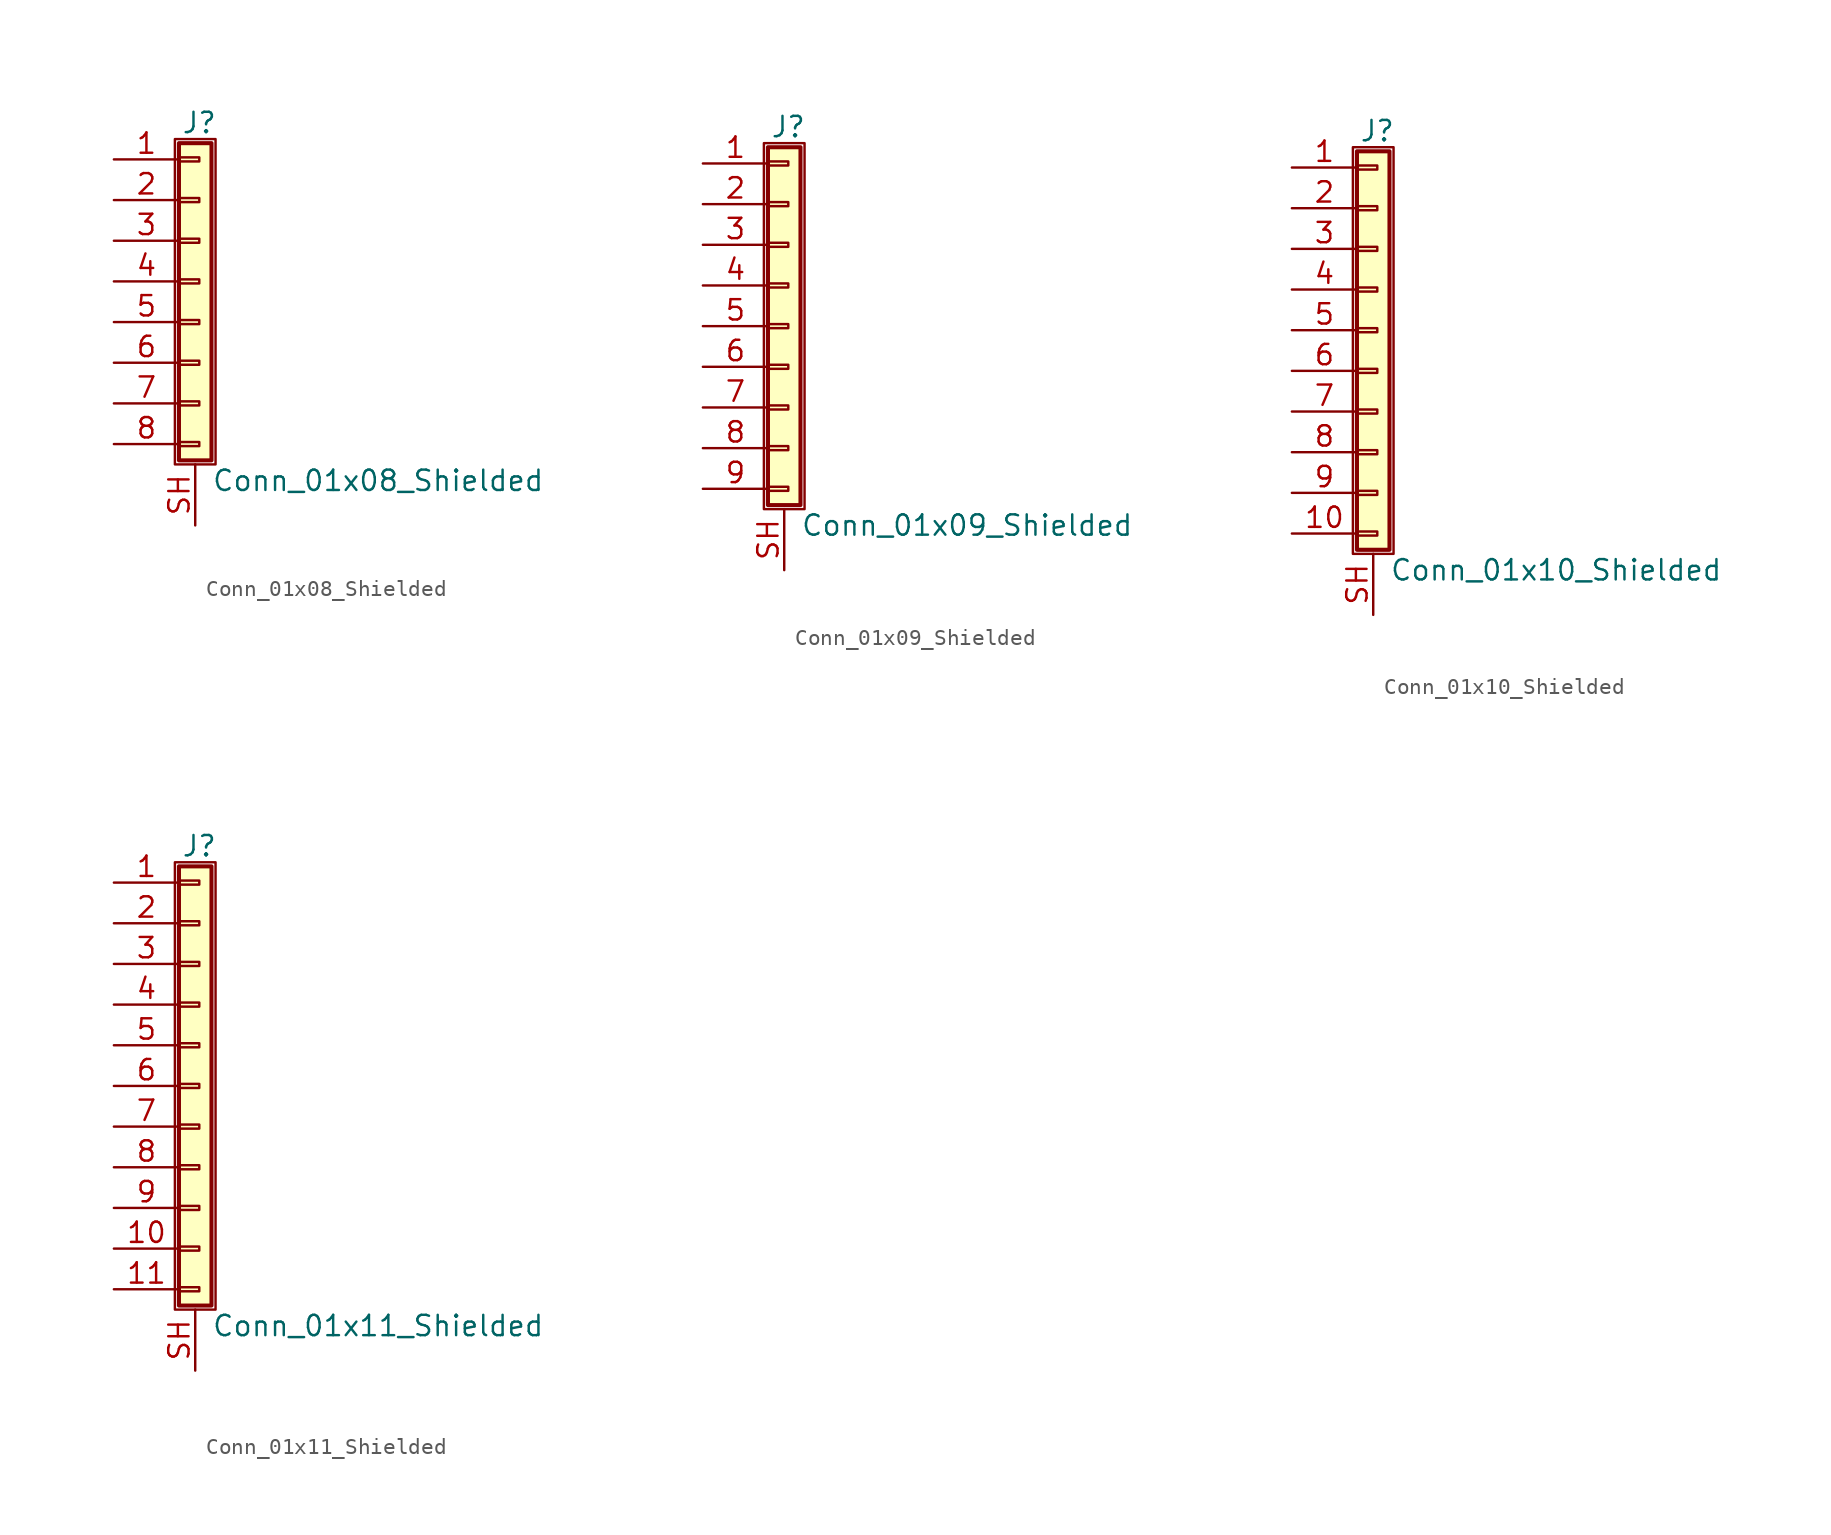
<source format=kicad_sym>
(kicad_symbol_lib
  (version 20201005)
  (generator kicad_symbol_editor)
  (symbol "Connector_Generic_Shielded:Conn_01x08_Shielded"
    (pin_names
      (offset 1.016) hide)
    (property "Reference" "J"
      (at 0.254 9.906 0)
      (effects (font (size 1.27 1.27))))
    (property "Value" "Conn_01x08_Shielded"
      (at 1.016 -12.446 0)
      (effects (font (size 1.27 1.27)) (justify left)))
    (symbol "Conn_01x08_Shielded_1_1"
      (rectangle (start -1.016 -4.953) (end 0.254 -5.207) (stroke (width 0.152)) (fill (type none)))
      (rectangle (start -1.016 -7.493) (end 0.254 -7.747) (stroke (width 0.152)) (fill (type none)))
      (rectangle (start -1.016 -10.033) (end 0.254 -10.287) (stroke (width 0.152)) (fill (type none)))
      (rectangle (start -1.016 -2.413) (end 0.254 -2.667) (stroke (width 0.152)) (fill (type none)))
      (rectangle (start -1.016 2.667) (end 0.254 2.413) (stroke (width 0.152)) (fill (type none)))
      (rectangle (start -1.016 5.207) (end 0.254 4.953) (stroke (width 0.152)) (fill (type none)))
      (rectangle (start -1.016 7.747) (end 0.254 7.493) (stroke (width 0.152)) (fill (type none)))
      (rectangle (start -1.016 8.636) (end 1.016 -11.176) (stroke (width 0.254)) (fill (type background)))
      (rectangle (start -1.016 0.127) (end 0.254 -0.127) (stroke (width 0.152)) (fill (type none)))
      (rectangle (start -1.27 8.89) (end 1.27 -11.43) (stroke (width 0.152)) (fill (type none)))
      (pin passive line (at -5.08 7.62 0) (length 4.064) (name "Pin_1" (effects (font (size 1.27 1.27)))) (number "1" (effects (font (size 1.27 1.27)))))
      (pin passive line (at -5.08 5.08 0) (length 4.064) (name "Pin_2" (effects (font (size 1.27 1.27)))) (number "2" (effects (font (size 1.27 1.27)))))
      (pin passive line (at -5.08 2.54 0) (length 4.064) (name "Pin_3" (effects (font (size 1.27 1.27)))) (number "3" (effects (font (size 1.27 1.27)))))
      (pin passive line (at -5.08 0 0) (length 4.064) (name "Pin_4" (effects (font (size 1.27 1.27)))) (number "4" (effects (font (size 1.27 1.27)))))
      (pin passive line (at -5.08 -2.54 0) (length 4.064) (name "Pin_5" (effects (font (size 1.27 1.27)))) (number "5" (effects (font (size 1.27 1.27)))))
      (pin passive line (at -5.08 -5.08 0) (length 4.064) (name "Pin_6" (effects (font (size 1.27 1.27)))) (number "6" (effects (font (size 1.27 1.27)))))
      (pin passive line (at -5.08 -7.62 0) (length 4.064) (name "Pin_7" (effects (font (size 1.27 1.27)))) (number "7" (effects (font (size 1.27 1.27)))))
      (pin passive line (at -5.08 -10.16 0) (length 4.064) (name "Pin_8" (effects (font (size 1.27 1.27)))) (number "8" (effects (font (size 1.27 1.27)))))
      (pin passive line (at 0 -15.24 90) (length 3.81) (name "Shield" (effects (font (size 1.27 1.27)))) (number "SH" (effects (font (size 1.27 1.27)))))))
  (symbol "Connector_Generic_Shielded:Conn_01x09_Shielded"
    (pin_names
      (offset 1.016) hide)
    (property "Reference" "J"
      (at 0.254 12.446 0)
      (effects (font (size 1.27 1.27))))
    (property "Value" "Conn_01x09_Shielded"
      (at 1.016 -12.446 0)
      (effects (font (size 1.27 1.27)) (justify left)))
    (symbol "Conn_01x09_Shielded_1_1"
      (rectangle (start -1.016 -4.953) (end 0.254 -5.207) (stroke (width 0.152)) (fill (type none)))
      (rectangle (start -1.016 -7.493) (end 0.254 -7.747) (stroke (width 0.152)) (fill (type none)))
      (rectangle (start -1.016 -10.033) (end 0.254 -10.287) (stroke (width 0.152)) (fill (type none)))
      (rectangle (start -1.016 -2.413) (end 0.254 -2.667) (stroke (width 0.152)) (fill (type none)))
      (rectangle (start -1.016 2.667) (end 0.254 2.413) (stroke (width 0.152)) (fill (type none)))
      (rectangle (start -1.016 5.207) (end 0.254 4.953) (stroke (width 0.152)) (fill (type none)))
      (rectangle (start -1.016 7.747) (end 0.254 7.493) (stroke (width 0.152)) (fill (type none)))
      (rectangle (start -1.016 10.287) (end 0.254 10.033) (stroke (width 0.152)) (fill (type none)))
      (rectangle (start -1.016 11.176) (end 1.016 -11.176) (stroke (width 0.254)) (fill (type background)))
      (rectangle (start -1.016 0.127) (end 0.254 -0.127) (stroke (width 0.152)) (fill (type none)))
      (rectangle (start -1.27 11.43) (end 1.27 -11.43) (stroke (width 0.152)) (fill (type none)))
      (pin passive line (at -5.08 10.16 0) (length 4.064) (name "Pin_1" (effects (font (size 1.27 1.27)))) (number "1" (effects (font (size 1.27 1.27)))))
      (pin passive line (at -5.08 7.62 0) (length 4.064) (name "Pin_2" (effects (font (size 1.27 1.27)))) (number "2" (effects (font (size 1.27 1.27)))))
      (pin passive line (at -5.08 5.08 0) (length 4.064) (name "Pin_3" (effects (font (size 1.27 1.27)))) (number "3" (effects (font (size 1.27 1.27)))))
      (pin passive line (at -5.08 2.54 0) (length 4.064) (name "Pin_4" (effects (font (size 1.27 1.27)))) (number "4" (effects (font (size 1.27 1.27)))))
      (pin passive line (at -5.08 0 0) (length 4.064) (name "Pin_5" (effects (font (size 1.27 1.27)))) (number "5" (effects (font (size 1.27 1.27)))))
      (pin passive line (at -5.08 -2.54 0) (length 4.064) (name "Pin_6" (effects (font (size 1.27 1.27)))) (number "6" (effects (font (size 1.27 1.27)))))
      (pin passive line (at -5.08 -5.08 0) (length 4.064) (name "Pin_7" (effects (font (size 1.27 1.27)))) (number "7" (effects (font (size 1.27 1.27)))))
      (pin passive line (at -5.08 -7.62 0) (length 4.064) (name "Pin_8" (effects (font (size 1.27 1.27)))) (number "8" (effects (font (size 1.27 1.27)))))
      (pin passive line (at -5.08 -10.16 0) (length 4.064) (name "Pin_9" (effects (font (size 1.27 1.27)))) (number "9" (effects (font (size 1.27 1.27)))))
      (pin passive line (at 0 -15.24 90) (length 3.81) (name "Shield" (effects (font (size 1.27 1.27)))) (number "SH" (effects (font (size 1.27 1.27)))))))
  (symbol "Connector_Generic_Shielded:Conn_01x10_Shielded"
    (pin_names
      (offset 1.016) hide)
    (property "Reference" "J"
      (at 0.254 12.446 0)
      (effects (font (size 1.27 1.27))))
    (property "Value" "Conn_01x10_Shielded"
      (at 1.016 -14.986 0)
      (effects (font (size 1.27 1.27)) (justify left)))
    (symbol "Conn_01x10_Shielded_1_1"
      (rectangle (start -1.016 -4.953) (end 0.254 -5.207) (stroke (width 0.152)) (fill (type none)))
      (rectangle (start -1.016 -7.493) (end 0.254 -7.747) (stroke (width 0.152)) (fill (type none)))
      (rectangle (start -1.016 -10.033) (end 0.254 -10.287) (stroke (width 0.152)) (fill (type none)))
      (rectangle (start -1.016 -12.573) (end 0.254 -12.827) (stroke (width 0.152)) (fill (type none)))
      (rectangle (start -1.016 -2.413) (end 0.254 -2.667) (stroke (width 0.152)) (fill (type none)))
      (rectangle (start -1.016 2.667) (end 0.254 2.413) (stroke (width 0.152)) (fill (type none)))
      (rectangle (start -1.016 5.207) (end 0.254 4.953) (stroke (width 0.152)) (fill (type none)))
      (rectangle (start -1.016 7.747) (end 0.254 7.493) (stroke (width 0.152)) (fill (type none)))
      (rectangle (start -1.016 10.287) (end 0.254 10.033) (stroke (width 0.152)) (fill (type none)))
      (rectangle (start -1.016 11.176) (end 1.016 -13.716) (stroke (width 0.254)) (fill (type background)))
      (rectangle (start -1.016 0.127) (end 0.254 -0.127) (stroke (width 0.152)) (fill (type none)))
      (rectangle (start -1.27 11.43) (end 1.27 -13.97) (stroke (width 0.152)) (fill (type none)))
      (pin passive line (at -5.08 10.16 0) (length 4.064) (name "Pin_1" (effects (font (size 1.27 1.27)))) (number "1" (effects (font (size 1.27 1.27)))))
      (pin passive line (at -5.08 -12.7 0) (length 4.064) (name "Pin_10" (effects (font (size 1.27 1.27)))) (number "10" (effects (font (size 1.27 1.27)))))
      (pin passive line (at -5.08 7.62 0) (length 4.064) (name "Pin_2" (effects (font (size 1.27 1.27)))) (number "2" (effects (font (size 1.27 1.27)))))
      (pin passive line (at -5.08 5.08 0) (length 4.064) (name "Pin_3" (effects (font (size 1.27 1.27)))) (number "3" (effects (font (size 1.27 1.27)))))
      (pin passive line (at -5.08 2.54 0) (length 4.064) (name "Pin_4" (effects (font (size 1.27 1.27)))) (number "4" (effects (font (size 1.27 1.27)))))
      (pin passive line (at -5.08 0 0) (length 4.064) (name "Pin_5" (effects (font (size 1.27 1.27)))) (number "5" (effects (font (size 1.27 1.27)))))
      (pin passive line (at -5.08 -2.54 0) (length 4.064) (name "Pin_6" (effects (font (size 1.27 1.27)))) (number "6" (effects (font (size 1.27 1.27)))))
      (pin passive line (at -5.08 -5.08 0) (length 4.064) (name "Pin_7" (effects (font (size 1.27 1.27)))) (number "7" (effects (font (size 1.27 1.27)))))
      (pin passive line (at -5.08 -7.62 0) (length 4.064) (name "Pin_8" (effects (font (size 1.27 1.27)))) (number "8" (effects (font (size 1.27 1.27)))))
      (pin passive line (at -5.08 -10.16 0) (length 4.064) (name "Pin_9" (effects (font (size 1.27 1.27)))) (number "9" (effects (font (size 1.27 1.27)))))
      (pin passive line (at 0 -17.78 90) (length 3.81) (name "Shield" (effects (font (size 1.27 1.27)))) (number "SH" (effects (font (size 1.27 1.27)))))))
  (symbol "Connector_Generic_Shielded:Conn_01x11_Shielded"
    (pin_names
      (offset 1.016) hide)
    (property "Reference" "J"
      (at 0.254 14.986 0)
      (effects (font (size 1.27 1.27))))
    (property "Value" "Conn_01x11_Shielded"
      (at 1.016 -14.986 0)
      (effects (font (size 1.27 1.27)) (justify left)))
    (symbol "Conn_01x11_Shielded_1_1"
      (rectangle (start -1.016 -4.953) (end 0.254 -5.207) (stroke (width 0.152)) (fill (type none)))
      (rectangle (start -1.016 -7.493) (end 0.254 -7.747) (stroke (width 0.152)) (fill (type none)))
      (rectangle (start -1.016 -10.033) (end 0.254 -10.287) (stroke (width 0.152)) (fill (type none)))
      (rectangle (start -1.016 -12.573) (end 0.254 -12.827) (stroke (width 0.152)) (fill (type none)))
      (rectangle (start -1.016 -2.413) (end 0.254 -2.667) (stroke (width 0.152)) (fill (type none)))
      (rectangle (start -1.016 2.667) (end 0.254 2.413) (stroke (width 0.152)) (fill (type none)))
      (rectangle (start -1.016 5.207) (end 0.254 4.953) (stroke (width 0.152)) (fill (type none)))
      (rectangle (start -1.016 7.747) (end 0.254 7.493) (stroke (width 0.152)) (fill (type none)))
      (rectangle (start -1.016 10.287) (end 0.254 10.033) (stroke (width 0.152)) (fill (type none)))
      (rectangle (start -1.016 0.127) (end 0.254 -0.127) (stroke (width 0.152)) (fill (type none)))
      (rectangle (start -1.016 12.827) (end 0.254 12.573) (stroke (width 0.152)) (fill (type none)))
      (rectangle (start -1.016 13.716) (end 1.016 -13.716) (stroke (width 0.254)) (fill (type background)))
      (rectangle (start -1.27 13.97) (end 1.27 -13.97) (stroke (width 0.152)) (fill (type none)))
      (pin passive line (at -5.08 12.7 0) (length 4.064) (name "Pin_1" (effects (font (size 1.27 1.27)))) (number "1" (effects (font (size 1.27 1.27)))))
      (pin passive line (at -5.08 -10.16 0) (length 4.064) (name "Pin_10" (effects (font (size 1.27 1.27)))) (number "10" (effects (font (size 1.27 1.27)))))
      (pin passive line (at -5.08 -12.7 0) (length 4.064) (name "Pin_11" (effects (font (size 1.27 1.27)))) (number "11" (effects (font (size 1.27 1.27)))))
      (pin passive line (at -5.08 10.16 0) (length 4.064) (name "Pin_2" (effects (font (size 1.27 1.27)))) (number "2" (effects (font (size 1.27 1.27)))))
      (pin passive line (at -5.08 7.62 0) (length 4.064) (name "Pin_3" (effects (font (size 1.27 1.27)))) (number "3" (effects (font (size 1.27 1.27)))))
      (pin passive line (at -5.08 5.08 0) (length 4.064) (name "Pin_4" (effects (font (size 1.27 1.27)))) (number "4" (effects (font (size 1.27 1.27)))))
      (pin passive line (at -5.08 2.54 0) (length 4.064) (name "Pin_5" (effects (font (size 1.27 1.27)))) (number "5" (effects (font (size 1.27 1.27)))))
      (pin passive line (at -5.08 0 0) (length 4.064) (name "Pin_6" (effects (font (size 1.27 1.27)))) (number "6" (effects (font (size 1.27 1.27)))))
      (pin passive line (at -5.08 -2.54 0) (length 4.064) (name "Pin_7" (effects (font (size 1.27 1.27)))) (number "7" (effects (font (size 1.27 1.27)))))
      (pin passive line (at -5.08 -5.08 0) (length 4.064) (name "Pin_8" (effects (font (size 1.27 1.27)))) (number "8" (effects (font (size 1.27 1.27)))))
      (pin passive line (at -5.08 -7.62 0) (length 4.064) (name "Pin_9" (effects (font (size 1.27 1.27)))) (number "9" (effects (font (size 1.27 1.27)))))
      (pin passive line (at 0 -17.78 90) (length 3.81) (name "Shield" (effects (font (size 1.27 1.27)))) (number "SH" (effects (font (size 1.27 1.27))))))))
</source>
